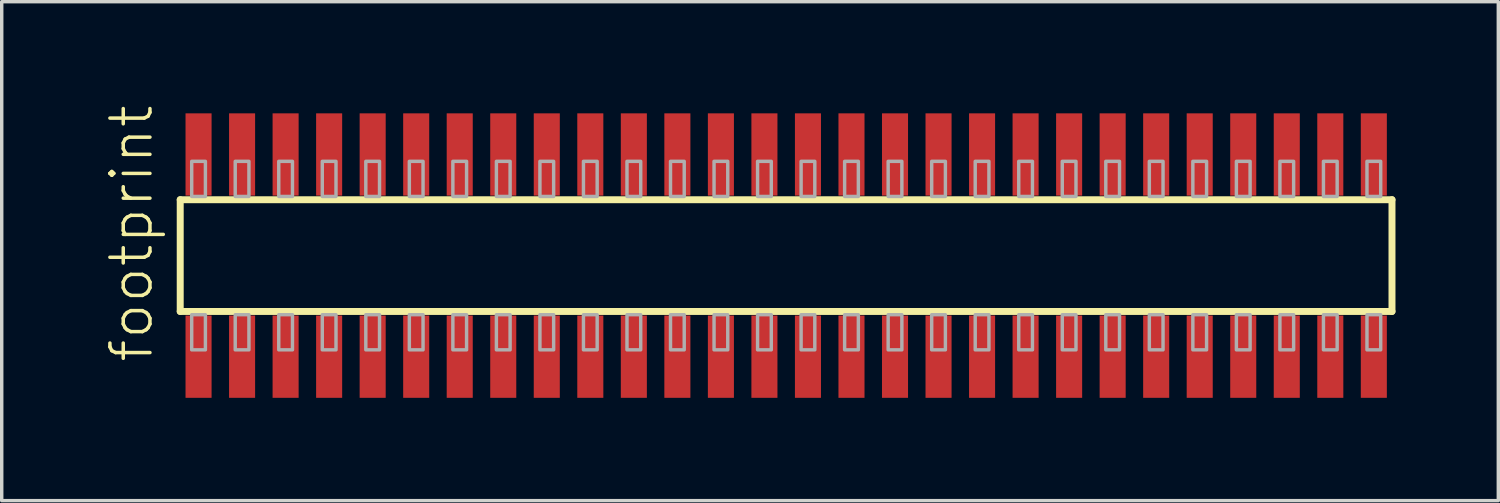
<source format=kicad_pcb>
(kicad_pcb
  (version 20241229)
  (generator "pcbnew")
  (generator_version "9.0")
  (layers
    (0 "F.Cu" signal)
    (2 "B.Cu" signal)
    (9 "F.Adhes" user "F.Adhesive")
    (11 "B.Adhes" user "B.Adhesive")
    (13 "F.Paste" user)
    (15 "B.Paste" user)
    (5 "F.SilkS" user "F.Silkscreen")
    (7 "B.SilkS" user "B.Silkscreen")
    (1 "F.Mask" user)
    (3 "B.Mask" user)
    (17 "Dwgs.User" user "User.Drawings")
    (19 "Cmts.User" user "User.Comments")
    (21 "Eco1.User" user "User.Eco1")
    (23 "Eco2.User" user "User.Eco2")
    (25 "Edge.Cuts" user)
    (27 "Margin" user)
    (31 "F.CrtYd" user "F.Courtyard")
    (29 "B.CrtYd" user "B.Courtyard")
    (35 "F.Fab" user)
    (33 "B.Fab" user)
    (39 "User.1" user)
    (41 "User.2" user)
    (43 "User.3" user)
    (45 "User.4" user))
  (footprint "footprint"
    (layer "F.Cu")
    (at 19.888 4.407)
    (property "Reference" "footprint" (at -18.415 3.175 90) (layer "F.SilkS") (effects (font (size 1.168 1.168) (thickness 0.102)) (justify left bottom)))
    (fp_line (start -17.68 -1.63) (end 17.675 -1.63) (stroke (width 0.203) (type solid)) (layer "F.SilkS"))
    (fp_line (start -17.68 1.63) (end -17.68 -1.63) (stroke (width 0.203) (type solid)) (layer "F.SilkS"))
    (fp_line (start 17.675 -1.63) (end 17.675 1.63) (stroke (width 0.203) (type solid)) (layer "F.SilkS"))
    (fp_line (start 17.675 1.63) (end -17.68 1.63) (stroke (width 0.203) (type solid)) (layer "F.SilkS"))
    (fp_poly (pts (xy -17.345 -1.725) (xy -16.945 -1.725) (xy -16.945 -2.75) (xy -17.345 -2.75)) (stroke (width 0.1) (type solid)) (fill no) (layer "F.Fab"))
    (fp_poly (pts (xy -16.945 1.725) (xy -17.345 1.725) (xy -17.345 2.75) (xy -16.945 2.75)) (stroke (width 0.1) (type solid)) (fill no) (layer "F.Fab"))
    (fp_poly (pts (xy -16.075 -1.725) (xy -15.675 -1.725) (xy -15.675 -2.75) (xy -16.075 -2.75)) (stroke (width 0.1) (type solid)) (fill no) (layer "F.Fab"))
    (fp_poly (pts (xy -15.675 1.725) (xy -16.075 1.725) (xy -16.075 2.75) (xy -15.675 2.75)) (stroke (width 0.1) (type solid)) (fill no) (layer "F.Fab"))
    (fp_poly (pts (xy -14.805 -1.725) (xy -14.405 -1.725) (xy -14.405 -2.75) (xy -14.805 -2.75)) (stroke (width 0.1) (type solid)) (fill no) (layer "F.Fab"))
    (fp_poly (pts (xy -14.405 1.725) (xy -14.805 1.725) (xy -14.805 2.75) (xy -14.405 2.75)) (stroke (width 0.1) (type solid)) (fill no) (layer "F.Fab"))
    (fp_poly (pts (xy -13.535 -1.725) (xy -13.135 -1.725) (xy -13.135 -2.75) (xy -13.535 -2.75)) (stroke (width 0.1) (type solid)) (fill no) (layer "F.Fab"))
    (fp_poly (pts (xy -13.135 1.725) (xy -13.535 1.725) (xy -13.535 2.75) (xy -13.135 2.75)) (stroke (width 0.1) (type solid)) (fill no) (layer "F.Fab"))
    (fp_poly (pts (xy -12.265 -1.725) (xy -11.865 -1.725) (xy -11.865 -2.75) (xy -12.265 -2.75)) (stroke (width 0.1) (type solid)) (fill no) (layer "F.Fab"))
    (fp_poly (pts (xy -11.865 1.725) (xy -12.265 1.725) (xy -12.265 2.75) (xy -11.865 2.75)) (stroke (width 0.1) (type solid)) (fill no) (layer "F.Fab"))
    (fp_poly (pts (xy -10.995 -1.725) (xy -10.595 -1.725) (xy -10.595 -2.75) (xy -10.995 -2.75)) (stroke (width 0.1) (type solid)) (fill no) (layer "F.Fab"))
    (fp_poly (pts (xy -10.595 1.725) (xy -10.995 1.725) (xy -10.995 2.75) (xy -10.595 2.75)) (stroke (width 0.1) (type solid)) (fill no) (layer "F.Fab"))
    (fp_poly (pts (xy -9.725 -1.725) (xy -9.325 -1.725) (xy -9.325 -2.75) (xy -9.725 -2.75)) (stroke (width 0.1) (type solid)) (fill no) (layer "F.Fab"))
    (fp_poly (pts (xy -9.325 1.725) (xy -9.725 1.725) (xy -9.725 2.75) (xy -9.325 2.75)) (stroke (width 0.1) (type solid)) (fill no) (layer "F.Fab"))
    (fp_poly (pts (xy -8.455 -1.725) (xy -8.055 -1.725) (xy -8.055 -2.75) (xy -8.455 -2.75)) (stroke (width 0.1) (type solid)) (fill no) (layer "F.Fab"))
    (fp_poly (pts (xy -8.055 1.725) (xy -8.455 1.725) (xy -8.455 2.75) (xy -8.055 2.75)) (stroke (width 0.1) (type solid)) (fill no) (layer "F.Fab"))
    (fp_poly (pts (xy -7.185 -1.725) (xy -6.785 -1.725) (xy -6.785 -2.75) (xy -7.185 -2.75)) (stroke (width 0.1) (type solid)) (fill no) (layer "F.Fab"))
    (fp_poly (pts (xy -6.785 1.725) (xy -7.185 1.725) (xy -7.185 2.75) (xy -6.785 2.75)) (stroke (width 0.1) (type solid)) (fill no) (layer "F.Fab"))
    (fp_poly (pts (xy -5.915 -1.725) (xy -5.515 -1.725) (xy -5.515 -2.75) (xy -5.915 -2.75)) (stroke (width 0.1) (type solid)) (fill no) (layer "F.Fab"))
    (fp_poly (pts (xy -5.515 1.725) (xy -5.915 1.725) (xy -5.915 2.75) (xy -5.515 2.75)) (stroke (width 0.1) (type solid)) (fill no) (layer "F.Fab"))
    (fp_poly (pts (xy -4.645 -1.725) (xy -4.245 -1.725) (xy -4.245 -2.75) (xy -4.645 -2.75)) (stroke (width 0.1) (type solid)) (fill no) (layer "F.Fab"))
    (fp_poly (pts (xy -4.245 1.725) (xy -4.645 1.725) (xy -4.645 2.75) (xy -4.245 2.75)) (stroke (width 0.1) (type solid)) (fill no) (layer "F.Fab"))
    (fp_poly (pts (xy -3.375 -1.725) (xy -2.975 -1.725) (xy -2.975 -2.75) (xy -3.375 -2.75)) (stroke (width 0.1) (type solid)) (fill no) (layer "F.Fab"))
    (fp_poly (pts (xy -2.975 1.725) (xy -3.375 1.725) (xy -3.375 2.75) (xy -2.975 2.75)) (stroke (width 0.1) (type solid)) (fill no) (layer "F.Fab"))
    (fp_poly (pts (xy -2.105 -1.725) (xy -1.705 -1.725) (xy -1.705 -2.75) (xy -2.105 -2.75)) (stroke (width 0.1) (type solid)) (fill no) (layer "F.Fab"))
    (fp_poly (pts (xy -1.705 1.725) (xy -2.105 1.725) (xy -2.105 2.75) (xy -1.705 2.75)) (stroke (width 0.1) (type solid)) (fill no) (layer "F.Fab"))
    (fp_poly (pts (xy -0.835 -1.725) (xy -0.435 -1.725) (xy -0.435 -2.75) (xy -0.835 -2.75)) (stroke (width 0.1) (type solid)) (fill no) (layer "F.Fab"))
    (fp_poly (pts (xy -0.435 1.725) (xy -0.835 1.725) (xy -0.835 2.75) (xy -0.435 2.75)) (stroke (width 0.1) (type solid)) (fill no) (layer "F.Fab"))
    (fp_poly (pts (xy 0.435 -1.725) (xy 0.835 -1.725) (xy 0.835 -2.75) (xy 0.435 -2.75)) (stroke (width 0.1) (type solid)) (fill no) (layer "F.Fab"))
    (fp_poly (pts (xy 0.835 1.725) (xy 0.435 1.725) (xy 0.435 2.75) (xy 0.835 2.75)) (stroke (width 0.1) (type solid)) (fill no) (layer "F.Fab"))
    (fp_poly (pts (xy 1.705 -1.725) (xy 2.105 -1.725) (xy 2.105 -2.75) (xy 1.705 -2.75)) (stroke (width 0.1) (type solid)) (fill no) (layer "F.Fab"))
    (fp_poly (pts (xy 2.105 1.725) (xy 1.705 1.725) (xy 1.705 2.75) (xy 2.105 2.75)) (stroke (width 0.1) (type solid)) (fill no) (layer "F.Fab"))
    (fp_poly (pts (xy 2.975 -1.725) (xy 3.375 -1.725) (xy 3.375 -2.75) (xy 2.975 -2.75)) (stroke (width 0.1) (type solid)) (fill no) (layer "F.Fab"))
    (fp_poly (pts (xy 3.375 1.725) (xy 2.975 1.725) (xy 2.975 2.75) (xy 3.375 2.75)) (stroke (width 0.1) (type solid)) (fill no) (layer "F.Fab"))
    (fp_poly (pts (xy 4.245 -1.725) (xy 4.645 -1.725) (xy 4.645 -2.75) (xy 4.245 -2.75)) (stroke (width 0.1) (type solid)) (fill no) (layer "F.Fab"))
    (fp_poly (pts (xy 4.645 1.725) (xy 4.245 1.725) (xy 4.245 2.75) (xy 4.645 2.75)) (stroke (width 0.1) (type solid)) (fill no) (layer "F.Fab"))
    (fp_poly (pts (xy 5.515 -1.725) (xy 5.915 -1.725) (xy 5.915 -2.75) (xy 5.515 -2.75)) (stroke (width 0.1) (type solid)) (fill no) (layer "F.Fab"))
    (fp_poly (pts (xy 5.915 1.725) (xy 5.515 1.725) (xy 5.515 2.75) (xy 5.915 2.75)) (stroke (width 0.1) (type solid)) (fill no) (layer "F.Fab"))
    (fp_poly (pts (xy 6.785 -1.725) (xy 7.185 -1.725) (xy 7.185 -2.75) (xy 6.785 -2.75)) (stroke (width 0.1) (type solid)) (fill no) (layer "F.Fab"))
    (fp_poly (pts (xy 7.185 1.725) (xy 6.785 1.725) (xy 6.785 2.75) (xy 7.185 2.75)) (stroke (width 0.1) (type solid)) (fill no) (layer "F.Fab"))
    (fp_poly (pts (xy 8.055 -1.725) (xy 8.455 -1.725) (xy 8.455 -2.75) (xy 8.055 -2.75)) (stroke (width 0.1) (type solid)) (fill no) (layer "F.Fab"))
    (fp_poly (pts (xy 8.455 1.725) (xy 8.055 1.725) (xy 8.055 2.75) (xy 8.455 2.75)) (stroke (width 0.1) (type solid)) (fill no) (layer "F.Fab"))
    (fp_poly (pts (xy 9.325 -1.725) (xy 9.725 -1.725) (xy 9.725 -2.75) (xy 9.325 -2.75)) (stroke (width 0.1) (type solid)) (fill no) (layer "F.Fab"))
    (fp_poly (pts (xy 9.725 1.725) (xy 9.325 1.725) (xy 9.325 2.75) (xy 9.725 2.75)) (stroke (width 0.1) (type solid)) (fill no) (layer "F.Fab"))
    (fp_poly (pts (xy 10.595 -1.725) (xy 10.995 -1.725) (xy 10.995 -2.75) (xy 10.595 -2.75)) (stroke (width 0.1) (type solid)) (fill no) (layer "F.Fab"))
    (fp_poly (pts (xy 10.995 1.725) (xy 10.595 1.725) (xy 10.595 2.75) (xy 10.995 2.75)) (stroke (width 0.1) (type solid)) (fill no) (layer "F.Fab"))
    (fp_poly (pts (xy 11.865 -1.725) (xy 12.265 -1.725) (xy 12.265 -2.75) (xy 11.865 -2.75)) (stroke (width 0.1) (type solid)) (fill no) (layer "F.Fab"))
    (fp_poly (pts (xy 12.265 1.725) (xy 11.865 1.725) (xy 11.865 2.75) (xy 12.265 2.75)) (stroke (width 0.1) (type solid)) (fill no) (layer "F.Fab"))
    (fp_poly (pts (xy 13.135 -1.725) (xy 13.535 -1.725) (xy 13.535 -2.75) (xy 13.135 -2.75)) (stroke (width 0.1) (type solid)) (fill no) (layer "F.Fab"))
    (fp_poly (pts (xy 13.535 1.725) (xy 13.135 1.725) (xy 13.135 2.75) (xy 13.535 2.75)) (stroke (width 0.1) (type solid)) (fill no) (layer "F.Fab"))
    (fp_poly (pts (xy 14.405 -1.725) (xy 14.805 -1.725) (xy 14.805 -2.75) (xy 14.405 -2.75)) (stroke (width 0.1) (type solid)) (fill no) (layer "F.Fab"))
    (fp_poly (pts (xy 14.805 1.725) (xy 14.405 1.725) (xy 14.405 2.75) (xy 14.805 2.75)) (stroke (width 0.1) (type solid)) (fill no) (layer "F.Fab"))
    (fp_poly (pts (xy 15.675 -1.725) (xy 16.075 -1.725) (xy 16.075 -2.75) (xy 15.675 -2.75)) (stroke (width 0.1) (type solid)) (fill no) (layer "F.Fab"))
    (fp_poly (pts (xy 16.075 1.725) (xy 15.675 1.725) (xy 15.675 2.75) (xy 16.075 2.75)) (stroke (width 0.1) (type solid)) (fill no) (layer "F.Fab"))
    (fp_poly (pts (xy 16.945 -1.725) (xy 17.345 -1.725) (xy 17.345 -2.75) (xy 16.945 -2.75)) (stroke (width 0.1) (type solid)) (fill no) (layer "F.Fab"))
    (fp_poly (pts (xy 17.345 1.725) (xy 16.945 1.725) (xy 16.945 2.75) (xy 17.345 2.75)) (stroke (width 0.1) (type solid)) (fill no) (layer "F.Fab"))
    (pad "1" smd rect (at -17.145 2.95) (size 0.76 2.4) (layers "F.Cu" "F.Mask" "F.Paste"))
    (pad "2" smd rect (at -17.145 -2.95) (size 0.76 2.4) (layers "F.Cu" "F.Mask" "F.Paste"))
    (pad "3" smd rect (at -15.875 2.95) (size 0.76 2.4) (layers "F.Cu" "F.Mask" "F.Paste"))
    (pad "4" smd rect (at -15.875 -2.95) (size 0.76 2.4) (layers "F.Cu" "F.Mask" "F.Paste"))
    (pad "5" smd rect (at -14.605 2.95) (size 0.76 2.4) (layers "F.Cu" "F.Mask" "F.Paste"))
    (pad "6" smd rect (at -14.605 -2.95) (size 0.76 2.4) (layers "F.Cu" "F.Mask" "F.Paste"))
    (pad "7" smd rect (at -13.335 2.95) (size 0.76 2.4) (layers "F.Cu" "F.Mask" "F.Paste"))
    (pad "8" smd rect (at -13.335 -2.95) (size 0.76 2.4) (layers "F.Cu" "F.Mask" "F.Paste"))
    (pad "9" smd rect (at -12.065 2.95) (size 0.76 2.4) (layers "F.Cu" "F.Mask" "F.Paste"))
    (pad "10" smd rect (at -12.065 -2.95) (size 0.76 2.4) (layers "F.Cu" "F.Mask" "F.Paste"))
    (pad "11" smd rect (at -10.795 2.95) (size 0.76 2.4) (layers "F.Cu" "F.Mask" "F.Paste"))
    (pad "12" smd rect (at -10.795 -2.95) (size 0.76 2.4) (layers "F.Cu" "F.Mask" "F.Paste"))
    (pad "13" smd rect (at -9.525 2.95) (size 0.76 2.4) (layers "F.Cu" "F.Mask" "F.Paste"))
    (pad "14" smd rect (at -9.525 -2.95) (size 0.76 2.4) (layers "F.Cu" "F.Mask" "F.Paste"))
    (pad "15" smd rect (at -8.255 2.95) (size 0.76 2.4) (layers "F.Cu" "F.Mask" "F.Paste"))
    (pad "16" smd rect (at -8.255 -2.95) (size 0.76 2.4) (layers "F.Cu" "F.Mask" "F.Paste"))
    (pad "17" smd rect (at -6.985 2.95) (size 0.76 2.4) (layers "F.Cu" "F.Mask" "F.Paste"))
    (pad "18" smd rect (at -6.985 -2.95) (size 0.76 2.4) (layers "F.Cu" "F.Mask" "F.Paste"))
    (pad "19" smd rect (at -5.715 2.95) (size 0.76 2.4) (layers "F.Cu" "F.Mask" "F.Paste"))
    (pad "20" smd rect (at -5.715 -2.95) (size 0.76 2.4) (layers "F.Cu" "F.Mask" "F.Paste"))
    (pad "21" smd rect (at -4.445 2.95) (size 0.76 2.4) (layers "F.Cu" "F.Mask" "F.Paste"))
    (pad "22" smd rect (at -4.445 -2.95) (size 0.76 2.4) (layers "F.Cu" "F.Mask" "F.Paste"))
    (pad "23" smd rect (at -3.175 2.95) (size 0.76 2.4) (layers "F.Cu" "F.Mask" "F.Paste"))
    (pad "24" smd rect (at -3.175 -2.95) (size 0.76 2.4) (layers "F.Cu" "F.Mask" "F.Paste"))
    (pad "25" smd rect (at -1.905 2.95) (size 0.76 2.4) (layers "F.Cu" "F.Mask" "F.Paste"))
    (pad "26" smd rect (at -1.905 -2.95) (size 0.76 2.4) (layers "F.Cu" "F.Mask" "F.Paste"))
    (pad "27" smd rect (at -0.635 2.95) (size 0.76 2.4) (layers "F.Cu" "F.Mask" "F.Paste"))
    (pad "28" smd rect (at -0.635 -2.95) (size 0.76 2.4) (layers "F.Cu" "F.Mask" "F.Paste"))
    (pad "29" smd rect (at 0.635 2.95) (size 0.76 2.4) (layers "F.Cu" "F.Mask" "F.Paste"))
    (pad "30" smd rect (at 0.635 -2.95) (size 0.76 2.4) (layers "F.Cu" "F.Mask" "F.Paste"))
    (pad "31" smd rect (at 1.905 2.95) (size 0.76 2.4) (layers "F.Cu" "F.Mask" "F.Paste"))
    (pad "32" smd rect (at 1.905 -2.95) (size 0.76 2.4) (layers "F.Cu" "F.Mask" "F.Paste"))
    (pad "33" smd rect (at 3.175 2.95) (size 0.76 2.4) (layers "F.Cu" "F.Mask" "F.Paste"))
    (pad "34" smd rect (at 3.175 -2.95) (size 0.76 2.4) (layers "F.Cu" "F.Mask" "F.Paste"))
    (pad "35" smd rect (at 4.445 2.95) (size 0.76 2.4) (layers "F.Cu" "F.Mask" "F.Paste"))
    (pad "36" smd rect (at 4.445 -2.95) (size 0.76 2.4) (layers "F.Cu" "F.Mask" "F.Paste"))
    (pad "37" smd rect (at 5.715 2.95) (size 0.76 2.4) (layers "F.Cu" "F.Mask" "F.Paste"))
    (pad "38" smd rect (at 5.715 -2.95) (size 0.76 2.4) (layers "F.Cu" "F.Mask" "F.Paste"))
    (pad "39" smd rect (at 6.985 2.95) (size 0.76 2.4) (layers "F.Cu" "F.Mask" "F.Paste"))
    (pad "40" smd rect (at 6.985 -2.95) (size 0.76 2.4) (layers "F.Cu" "F.Mask" "F.Paste"))
    (pad "41" smd rect (at 8.255 2.95) (size 0.76 2.4) (layers "F.Cu" "F.Mask" "F.Paste"))
    (pad "42" smd rect (at 8.255 -2.95) (size 0.76 2.4) (layers "F.Cu" "F.Mask" "F.Paste"))
    (pad "43" smd rect (at 9.525 2.95) (size 0.76 2.4) (layers "F.Cu" "F.Mask" "F.Paste"))
    (pad "44" smd rect (at 9.525 -2.95) (size 0.76 2.4) (layers "F.Cu" "F.Mask" "F.Paste"))
    (pad "45" smd rect (at 10.795 2.95) (size 0.76 2.4) (layers "F.Cu" "F.Mask" "F.Paste"))
    (pad "46" smd rect (at 10.795 -2.95) (size 0.76 2.4) (layers "F.Cu" "F.Mask" "F.Paste"))
    (pad "47" smd rect (at 12.065 2.95) (size 0.76 2.4) (layers "F.Cu" "F.Mask" "F.Paste"))
    (pad "48" smd rect (at 12.065 -2.95) (size 0.76 2.4) (layers "F.Cu" "F.Mask" "F.Paste"))
    (pad "49" smd rect (at 13.335 2.95) (size 0.76 2.4) (layers "F.Cu" "F.Mask" "F.Paste"))
    (pad "50" smd rect (at 13.335 -2.95) (size 0.76 2.4) (layers "F.Cu" "F.Mask" "F.Paste"))
    (pad "51" smd rect (at 14.605 2.95) (size 0.76 2.4) (layers "F.Cu" "F.Mask" "F.Paste"))
    (pad "52" smd rect (at 14.605 -2.95) (size 0.76 2.4) (layers "F.Cu" "F.Mask" "F.Paste"))
    (pad "53" smd rect (at 15.875 2.95) (size 0.76 2.4) (layers "F.Cu" "F.Mask" "F.Paste"))
    (pad "54" smd rect (at 15.875 -2.95) (size 0.76 2.4) (layers "F.Cu" "F.Mask" "F.Paste"))
    (pad "55" smd rect (at 17.145 2.95) (size 0.76 2.4) (layers "F.Cu" "F.Mask" "F.Paste"))
    (pad "56" smd rect (at 17.145 -2.95) (size 0.76 2.4) (layers "F.Cu" "F.Mask" "F.Paste")))
  (gr_rect
    (start -3 -3)
    (end 40.665 11.557)
    (stroke (width 0.1) (type default))
    (fill no)
    (layer "Edge.Cuts")))
</source>
